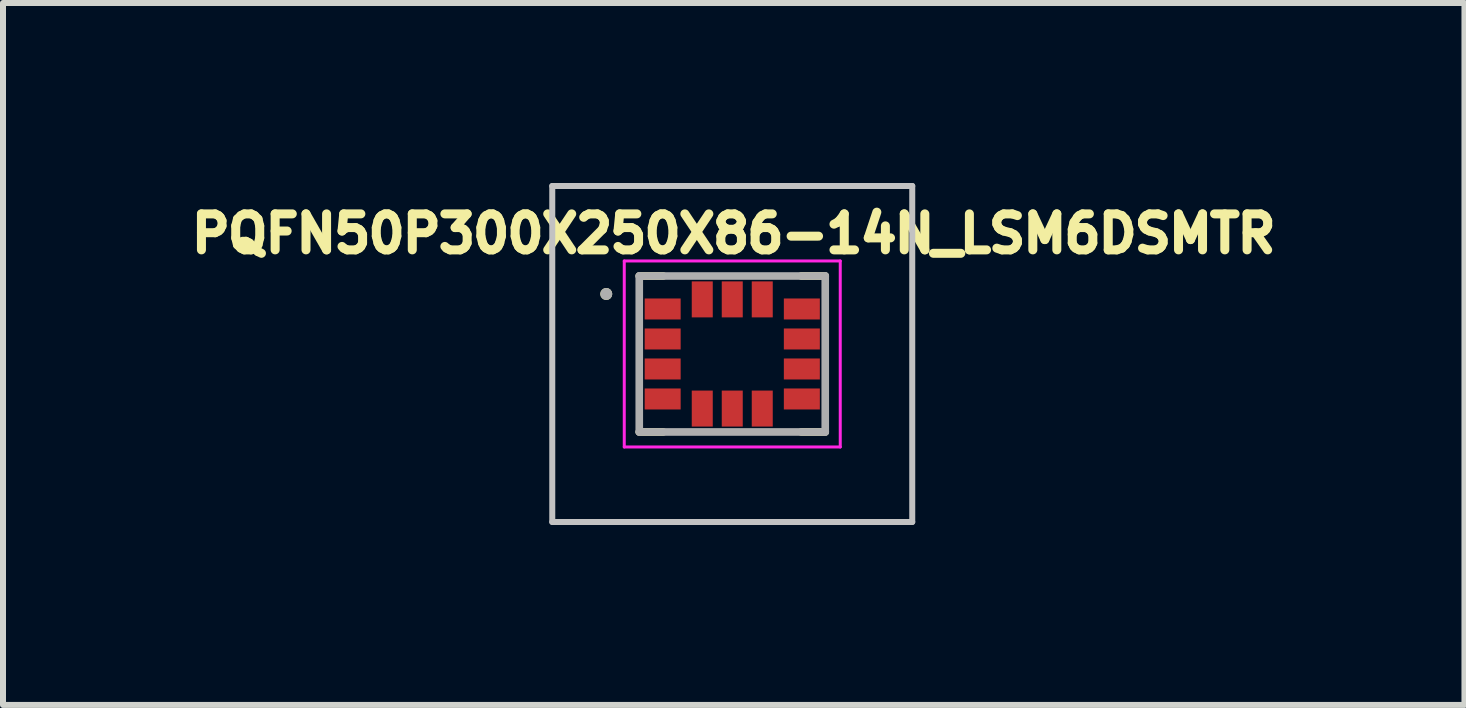
<source format=kicad_pcb>
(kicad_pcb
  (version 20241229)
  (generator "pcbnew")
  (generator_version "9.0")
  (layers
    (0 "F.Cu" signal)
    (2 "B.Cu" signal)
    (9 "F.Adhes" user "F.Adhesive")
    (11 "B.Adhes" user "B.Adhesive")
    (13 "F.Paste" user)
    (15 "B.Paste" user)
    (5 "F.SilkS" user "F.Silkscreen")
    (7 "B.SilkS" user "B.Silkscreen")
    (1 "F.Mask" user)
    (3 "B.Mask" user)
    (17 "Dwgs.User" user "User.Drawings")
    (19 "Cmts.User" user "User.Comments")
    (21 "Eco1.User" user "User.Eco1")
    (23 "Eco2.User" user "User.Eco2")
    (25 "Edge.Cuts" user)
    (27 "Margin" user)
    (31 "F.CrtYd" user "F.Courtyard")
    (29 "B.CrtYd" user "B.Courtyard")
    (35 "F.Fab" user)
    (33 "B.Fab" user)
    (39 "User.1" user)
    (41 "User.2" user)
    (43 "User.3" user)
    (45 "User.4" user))
  (footprint "PQFN50P300X250X86-14N_LSM6DSMTR"
    (layer "F.Cu")
    (at 9.155 2.85)
    (property "Reference" "PQFN50P300X250X86-14N_LSM6DSMTR" (at 0.024 -2.005 0) (layer "F.SilkS") (effects (font (size 0.6 0.6) (thickness 0.15))))
    (attr smd)
    (fp_line (start -1.55 1.3) (end -1.15 1.3) (stroke (width 0.127) (type solid)) (layer "F.SilkS"))
    (fp_line (start -1.15 -1.3) (end -1.55 -1.3) (stroke (width 0.127) (type solid)) (layer "F.SilkS"))
    (fp_line (start 1.55 -1.3) (end 1.15 -1.3) (stroke (width 0.127) (type solid)) (layer "F.SilkS"))
    (fp_line (start 1.55 1.3) (end 1.15 1.3) (stroke (width 0.127) (type solid)) (layer "F.SilkS"))
    (fp_circle (center -2.1 -1) (end -2.05 -1) (stroke (width 0.1) (type solid)) (fill no) (layer "F.SilkS"))
    (fp_line (start -3 -2.8) (end 3 -2.8) (stroke (width 0.1) (type default)) (layer "Dwgs.User"))
    (fp_line (start -3 2.8) (end -3 -2.8) (stroke (width 0.1) (type default)) (layer "Dwgs.User"))
    (fp_line (start 3 -2.8) (end 3 2.8) (stroke (width 0.1) (type default)) (layer "Dwgs.User"))
    (fp_line (start 3 2.8) (end -3 2.8) (stroke (width 0.1) (type default)) (layer "Dwgs.User"))
    (fp_line (start -1.8 -1.55) (end -1.8 1.55) (stroke (width 0.05) (type solid)) (layer "F.CrtYd"))
    (fp_line (start -1.8 1.55) (end 1.8 1.55) (stroke (width 0.05) (type solid)) (layer "F.CrtYd"))
    (fp_line (start 1.8 -1.55) (end -1.8 -1.55) (stroke (width 0.05) (type solid)) (layer "F.CrtYd"))
    (fp_line (start 1.8 1.55) (end 1.8 -1.55) (stroke (width 0.05) (type solid)) (layer "F.CrtYd"))
    (fp_line (start -1.55 -1.3) (end 1.55 -1.3) (stroke (width 0.127) (type solid)) (layer "F.Fab"))
    (fp_line (start -1.55 1.3) (end -1.55 -1.3) (stroke (width 0.127) (type solid)) (layer "F.Fab"))
    (fp_line (start 1.55 -1.3) (end 1.55 1.3) (stroke (width 0.127) (type solid)) (layer "F.Fab"))
    (fp_line (start 1.55 1.3) (end -1.55 1.3) (stroke (width 0.127) (type solid)) (layer "F.Fab"))
    (fp_circle (center -2.1 -1) (end -2.05 -1) (stroke (width 0.1) (type solid)) (fill no) (layer "F.Fab"))
    (pad "1" smd rect (at -1.16 -0.75) (size 0.6 0.35) (layers "F.Cu" "F.Mask" "F.Paste"))
    (pad "2" smd rect (at -1.16 -0.25) (size 0.6 0.35) (layers "F.Cu" "F.Mask" "F.Paste"))
    (pad "3" smd rect (at -1.16 0.25) (size 0.6 0.35) (layers "F.Cu" "F.Mask" "F.Paste"))
    (pad "4" smd rect (at -1.16 0.75) (size 0.6 0.35) (layers "F.Cu" "F.Mask" "F.Paste"))
    (pad "5" smd rect (at -0.5 0.91 90) (size 0.6 0.35) (layers "F.Cu" "F.Mask" "F.Paste"))
    (pad "6" smd rect (at 0 0.91 90) (size 0.6 0.35) (layers "F.Cu" "F.Mask" "F.Paste"))
    (pad "7" smd rect (at 0.5 0.91 90) (size 0.6 0.35) (layers "F.Cu" "F.Mask" "F.Paste"))
    (pad "8" smd rect (at 1.16 0.75) (size 0.6 0.35) (layers "F.Cu" "F.Mask" "F.Paste"))
    (pad "9" smd rect (at 1.16 0.25) (size 0.6 0.35) (layers "F.Cu" "F.Mask" "F.Paste"))
    (pad "10" smd rect (at 1.16 -0.25) (size 0.6 0.35) (layers "F.Cu" "F.Mask" "F.Paste"))
    (pad "11" smd rect (at 1.16 -0.75) (size 0.6 0.35) (layers "F.Cu" "F.Mask" "F.Paste"))
    (pad "12" smd rect (at 0.5 -0.91 90) (size 0.6 0.35) (layers "F.Cu" "F.Mask" "F.Paste"))
    (pad "13" smd rect (at 0 -0.91 90) (size 0.6 0.35) (layers "F.Cu" "F.Mask" "F.Paste"))
    (pad "14" smd rect (at -0.5 -0.91 90) (size 0.6 0.35) (layers "F.Cu" "F.Mask" "F.Paste")))
  (gr_rect
    (start -3 -3)
    (end 21.359 8.7)
    (stroke (width 0.1) (type default))
    (fill no)
    (layer "Edge.Cuts")))
</source>
